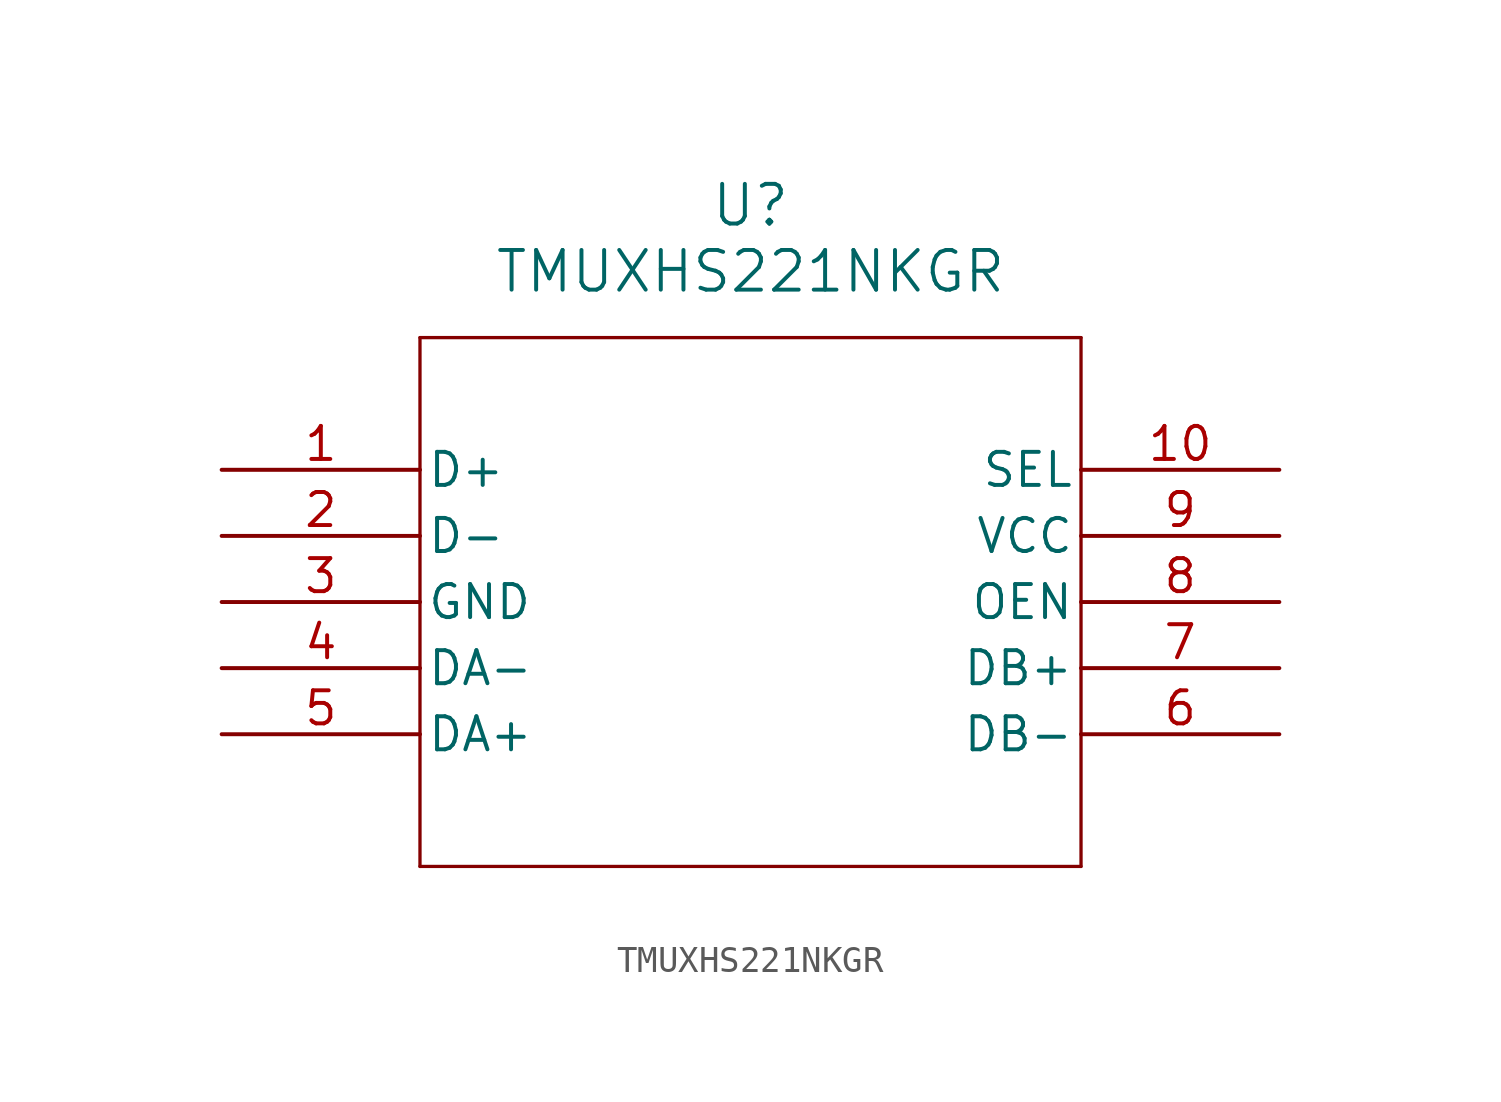
<source format=kicad_sym>
(kicad_symbol_lib
  (version 20211014)
  (generator kicad_symbol_editor)
  (symbol "TMUXHS221NKGR"
    (pin_names
      (offset 0.254))
    (property "Reference" "U"
      (at 20.32 10.16 0)
      (effects (font (size 1.524 1.524))))
    (property "Value" "TMUXHS221NKGR"
      (at 20.32 7.62 0)
      (effects (font (size 1.524 1.524))))
    (symbol "TMUXHS221NKGR_0_1"
      (polyline (pts (xy 7.62 5.08) (xy 7.62 -15.24)) (stroke (width 0.127) (type default) (color 0 0 0 0)) (fill (type none)))
      (polyline (pts (xy 7.62 -15.24) (xy 33.02 -15.24)) (stroke (width 0.127) (type default) (color 0 0 0 0)) (fill (type none)))
      (polyline (pts (xy 33.02 -15.24) (xy 33.02 5.08)) (stroke (width 0.127) (type default) (color 0 0 0 0)) (fill (type none)))
      (polyline (pts (xy 33.02 5.08) (xy 7.62 5.08)) (stroke (width 0.127) (type default) (color 0 0 0 0)) (fill (type none)))
      (pin unspecified line (at 0 0 0) (length 7.62) (name "D+" (effects (font (size 1.27 1.27)))) (number "1" (effects (font (size 1.27 1.27)))))
      (pin unspecified line (at 0 -2.54 0) (length 7.62) (name "D-" (effects (font (size 1.27 1.27)))) (number "2" (effects (font (size 1.27 1.27)))))
      (pin power_out line (at 0 -5.08 0) (length 7.62) (name "GND" (effects (font (size 1.27 1.27)))) (number "3" (effects (font (size 1.27 1.27)))))
      (pin unspecified line (at 0 -7.62 0) (length 7.62) (name "DA-" (effects (font (size 1.27 1.27)))) (number "4" (effects (font (size 1.27 1.27)))))
      (pin unspecified line (at 0 -10.16 0) (length 7.62) (name "DA+" (effects (font (size 1.27 1.27)))) (number "5" (effects (font (size 1.27 1.27)))))
      (pin unspecified line (at 40.64 -10.16 180) (length 7.62) (name "DB-" (effects (font (size 1.27 1.27)))) (number "6" (effects (font (size 1.27 1.27)))))
      (pin unspecified line (at 40.64 -7.62 180) (length 7.62) (name "DB+" (effects (font (size 1.27 1.27)))) (number "7" (effects (font (size 1.27 1.27)))))
      (pin unspecified line (at 40.64 -5.08 180) (length 7.62) (name "OEN" (effects (font (size 1.27 1.27)))) (number "8" (effects (font (size 1.27 1.27)))))
      (pin power_in line (at 40.64 -2.54 180) (length 7.62) (name "VCC" (effects (font (size 1.27 1.27)))) (number "9" (effects (font (size 1.27 1.27)))))
      (pin unspecified line (at 40.64 0 180) (length 7.62) (name "SEL" (effects (font (size 1.27 1.27)))) (number "10" (effects (font (size 1.27 1.27))))))))
</source>
